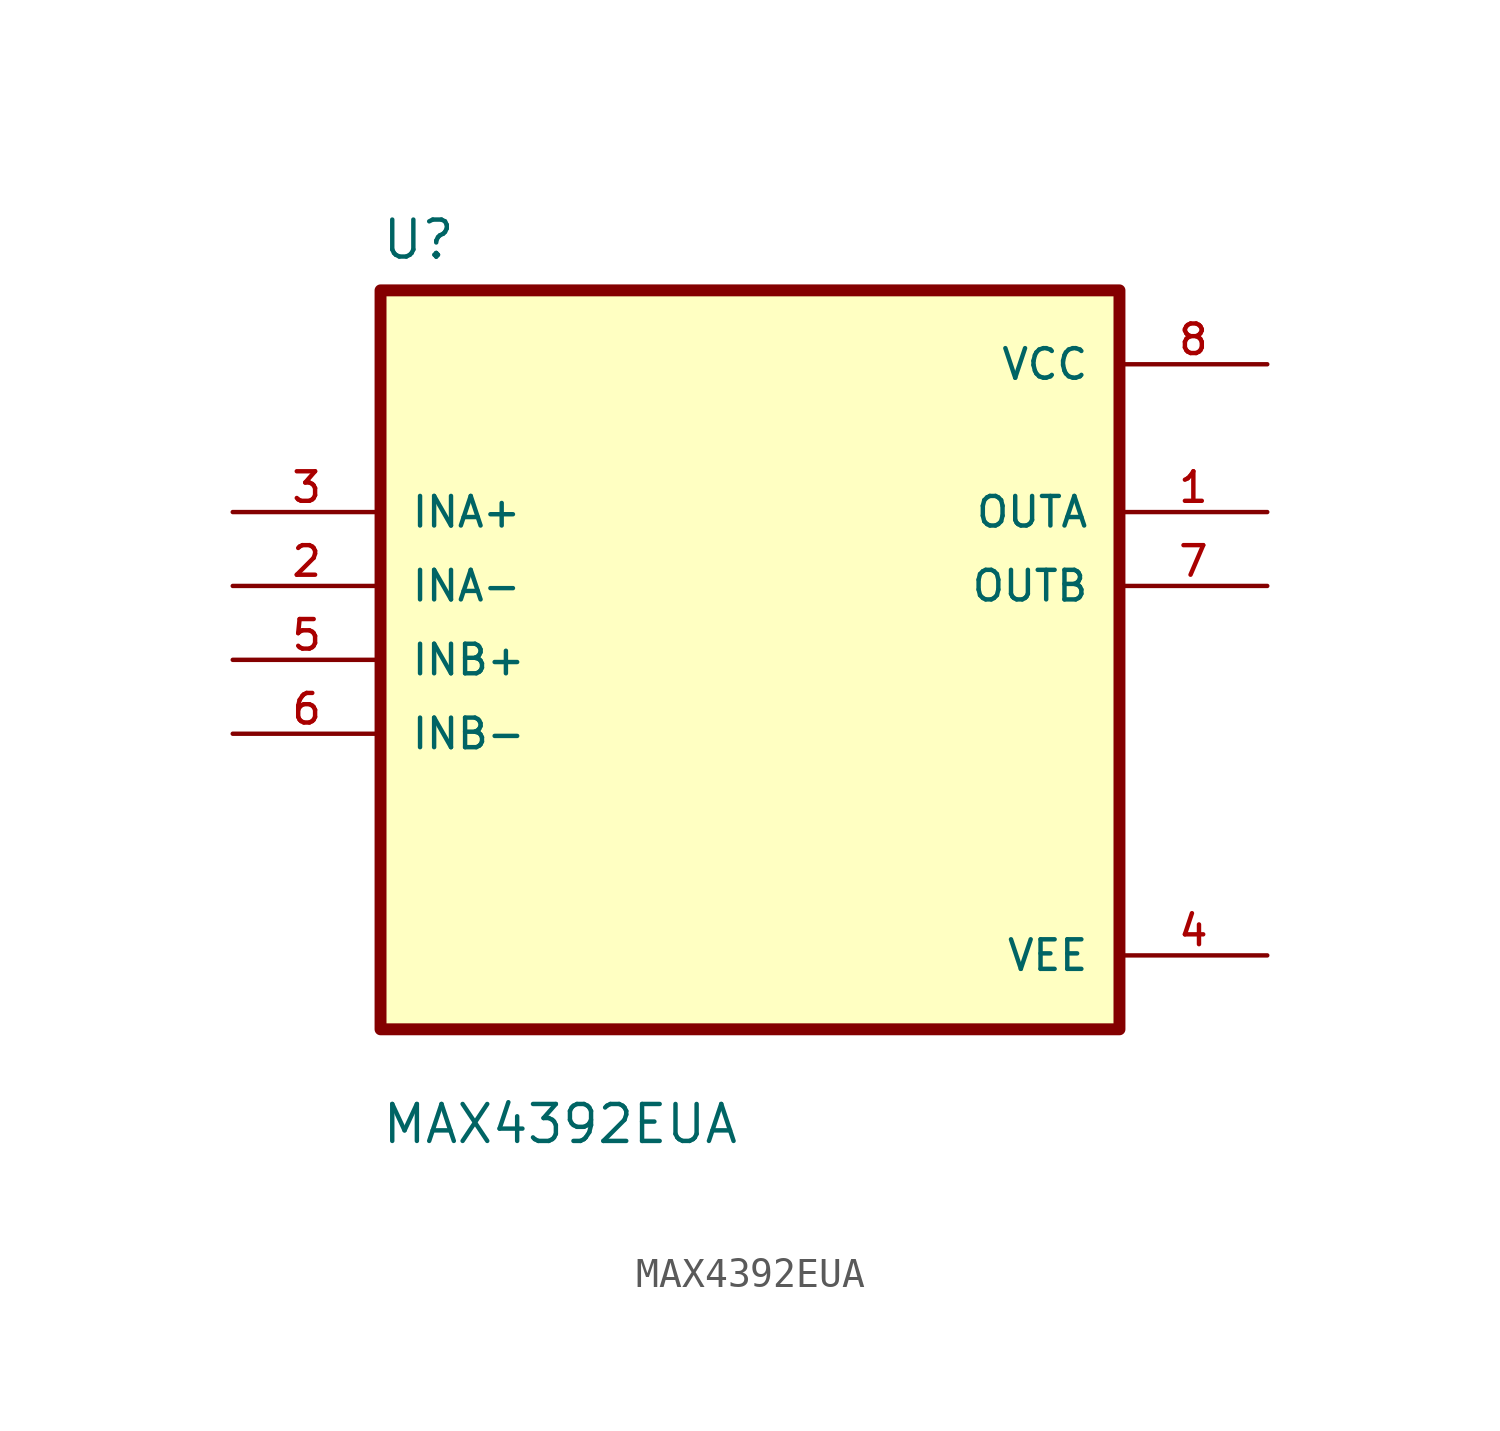
<source format=kicad_sym>
(kicad_symbol_lib
  (version 20211014)
  (generator kicad_symbol_editor)
  (symbol "MAX4392EUA"
    (pin_names
      (offset 1.016))
    (property "Reference" "U"
      (at -12.7 13.7 0.0)
      (effects (font (size 1.27 1.27)) (justify bottom left)))
    (property "Value" "MAX4392EUA"
      (at -12.7 -16.7 0.0)
      (effects (font (size 1.27 1.27)) (justify bottom left)))
    (symbol "MAX4392EUA_0_0"
      (rectangle (start -12.7 -12.7) (end 12.7 12.7) (stroke (width 0.41)) (fill (type background)))
      (pin input line (at -17.78 5.08 0) (length 5.08) (name "INA+" (effects (font (size 1.016 1.016)))) (number "3" (effects (font (size 1.016 1.016)))))
      (pin input line (at -17.78 2.54 0) (length 5.08) (name "INA-" (effects (font (size 1.016 1.016)))) (number "2" (effects (font (size 1.016 1.016)))))
      (pin input line (at -17.78 -8.88178e-16 0) (length 5.08) (name "INB+" (effects (font (size 1.016 1.016)))) (number "5" (effects (font (size 1.016 1.016)))))
      (pin input line (at -17.78 -2.54 0) (length 5.08) (name "INB-" (effects (font (size 1.016 1.016)))) (number "6" (effects (font (size 1.016 1.016)))))
      (pin power_in line (at 17.78 10.16 180.0) (length 5.08) (name "VCC" (effects (font (size 1.016 1.016)))) (number "8" (effects (font (size 1.016 1.016)))))
      (pin output line (at 17.78 5.08 180.0) (length 5.08) (name "OUTA" (effects (font (size 1.016 1.016)))) (number "1" (effects (font (size 1.016 1.016)))))
      (pin output line (at 17.78 2.54 180.0) (length 5.08) (name "OUTB" (effects (font (size 1.016 1.016)))) (number "7" (effects (font (size 1.016 1.016)))))
      (pin power_in line (at 17.78 -10.16 180.0) (length 5.08) (name "VEE" (effects (font (size 1.016 1.016)))) (number "4" (effects (font (size 1.016 1.016))))))))
</source>
